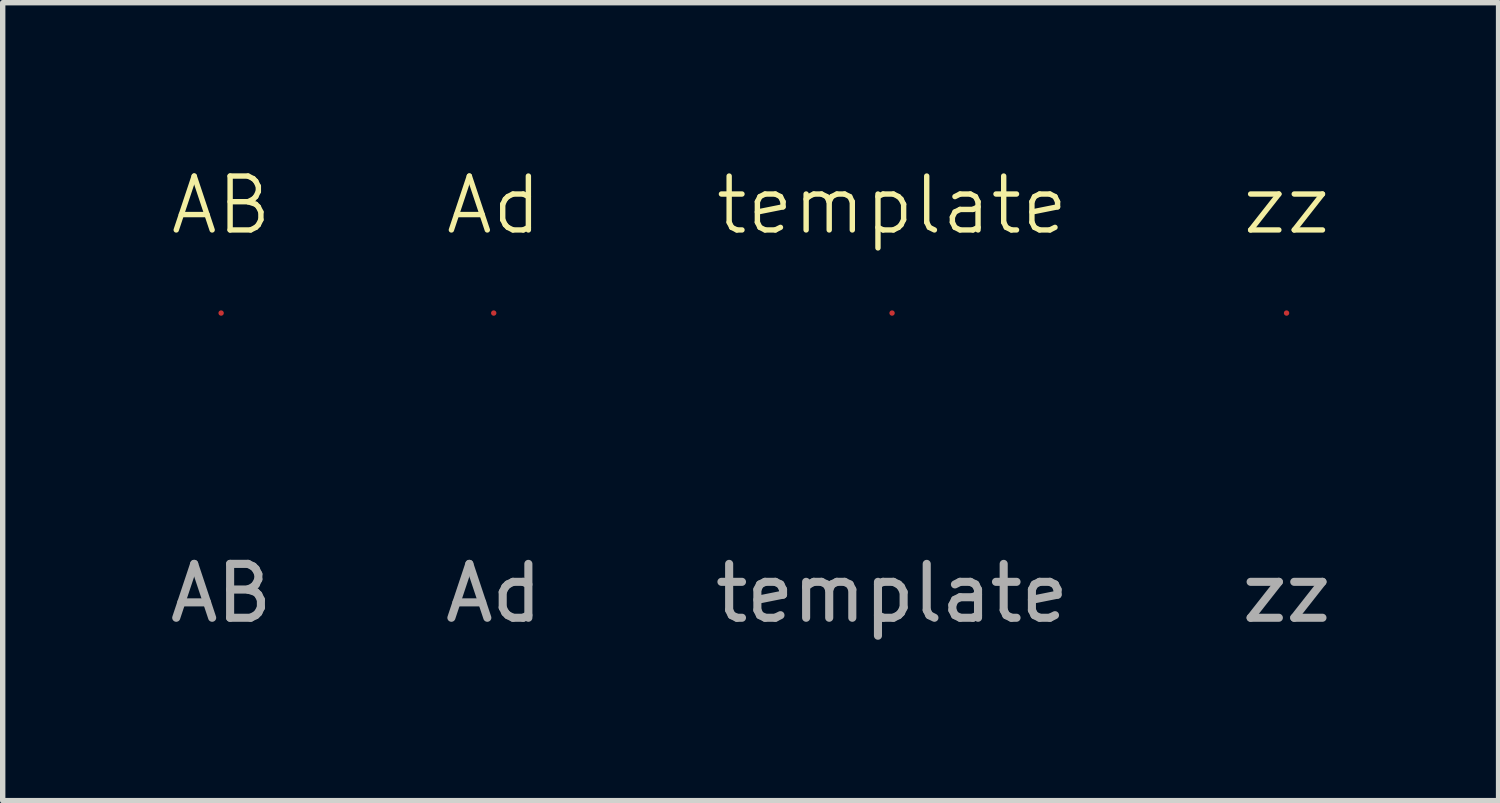
<source format=kicad_pcb>
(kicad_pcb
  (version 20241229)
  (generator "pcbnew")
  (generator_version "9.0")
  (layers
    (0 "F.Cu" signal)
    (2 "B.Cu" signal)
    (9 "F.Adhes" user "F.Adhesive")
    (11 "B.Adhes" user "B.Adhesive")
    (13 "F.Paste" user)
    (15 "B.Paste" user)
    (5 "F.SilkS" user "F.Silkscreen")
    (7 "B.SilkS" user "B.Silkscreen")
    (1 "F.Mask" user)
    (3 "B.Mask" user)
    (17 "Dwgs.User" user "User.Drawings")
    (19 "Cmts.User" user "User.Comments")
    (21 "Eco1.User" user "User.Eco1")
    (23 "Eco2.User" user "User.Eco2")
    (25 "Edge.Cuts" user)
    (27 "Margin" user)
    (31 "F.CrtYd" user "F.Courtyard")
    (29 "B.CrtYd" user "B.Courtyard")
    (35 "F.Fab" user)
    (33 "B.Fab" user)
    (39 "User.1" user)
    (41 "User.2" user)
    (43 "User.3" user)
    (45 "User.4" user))
  (footprint "zz"
    (layer "F.Cu")
    (at 20.827 2.76)
    (property "Reference" "zz" (at 0 -2 0) (unlocked yes) (layer "F.SilkS") (effects (font (size 1 1) (thickness 0.1))))
    (attr smd)
    (fp_line (start 0 0) (end 0 0) (stroke (width 0.012) (type default)) (layer "User.1"))
    (fp_line (start 0 0) (end 0 0) (stroke (width 0.112) (type default)) (layer "User.1"))
    (fp_text user "${REFERENCE}" (at 0 5.2 0) (unlocked yes) (layer "F.Fab") (effects (font (size 1 1) (thickness 0.15))))
    (pad "1" smd circle (at 0 0) (size 0.1 0.1) (layers "F.Cu")))
  (footprint "template"
    (layer "F.Cu")
    (at 13.506 2.76)
    (property "Reference" "template" (at 0 -2 0) (unlocked yes) (layer "F.SilkS") (effects (font (size 1 1) (thickness 0.1))))
    (attr smd)
    (fp_line (start 0 0) (end 0 0) (stroke (width 0.694) (type default)) (layer "User.1"))
    (fp_text user "${REFERENCE}" (at 0 5.2 0) (unlocked yes) (layer "F.Fab") (effects (font (size 1 1) (thickness 0.15))))
    (pad "1" smd circle (at 0 0) (size 0.1 0.1) (layers "F.Cu")))
  (footprint "AB"
    (layer "F.Cu")
    (at 1.054 2.76)
    (property "Reference" "AB" (at 0 -2 0) (unlocked yes) (layer "F.SilkS") (effects (font (size 1 1) (thickness 0.1))))
    (attr smd)
    (fp_line (start 0 0) (end 0 0) (stroke (width 0.065) (type default)) (layer "User.1"))
    (fp_line (start 0 0) (end 0 0) (stroke (width 0.166) (type default)) (layer "User.1"))
    (fp_circle (center 0 0) (end 1 0) (stroke (width 0.1) (type solid)) (fill no) (layer "User.1"))
    (fp_text user "${REFERENCE}" (at 0 5.2 0) (unlocked yes) (layer "F.Fab") (effects (font (size 1 1) (thickness 0.15))))
    (pad "1" smd circle (at 0 0) (size 0.1 0.1) (layers "F.Cu")))
  (footprint "Ad"
    (layer "F.Cu")
    (at 6.113 2.76)
    (property "Reference" "Ad" (at 0 -2 0) (unlocked yes) (layer "F.SilkS") (effects (font (size 1 1) (thickness 0.1))))
    (attr smd)
    (fp_line (start 0 0) (end 0 0) (stroke (width 0.065) (type default)) (layer "User.1"))
    (fp_line (start 0 0) (end 0 0) (stroke (width 0.11) (type default)) (layer "User.1"))
    (fp_text user "${REFERENCE}" (at 0 5.2 0) (unlocked yes) (layer "F.Fab") (effects (font (size 1 1) (thickness 0.15))))
    (pad "1" smd circle (at 0 0) (size 0.1 0.1) (layers "F.Cu")))
  (gr_rect
    (start -3 -3)
    (end 24.762 11.809)
    (stroke (width 0.1) (type default))
    (fill no)
    (layer "Edge.Cuts")))
</source>
